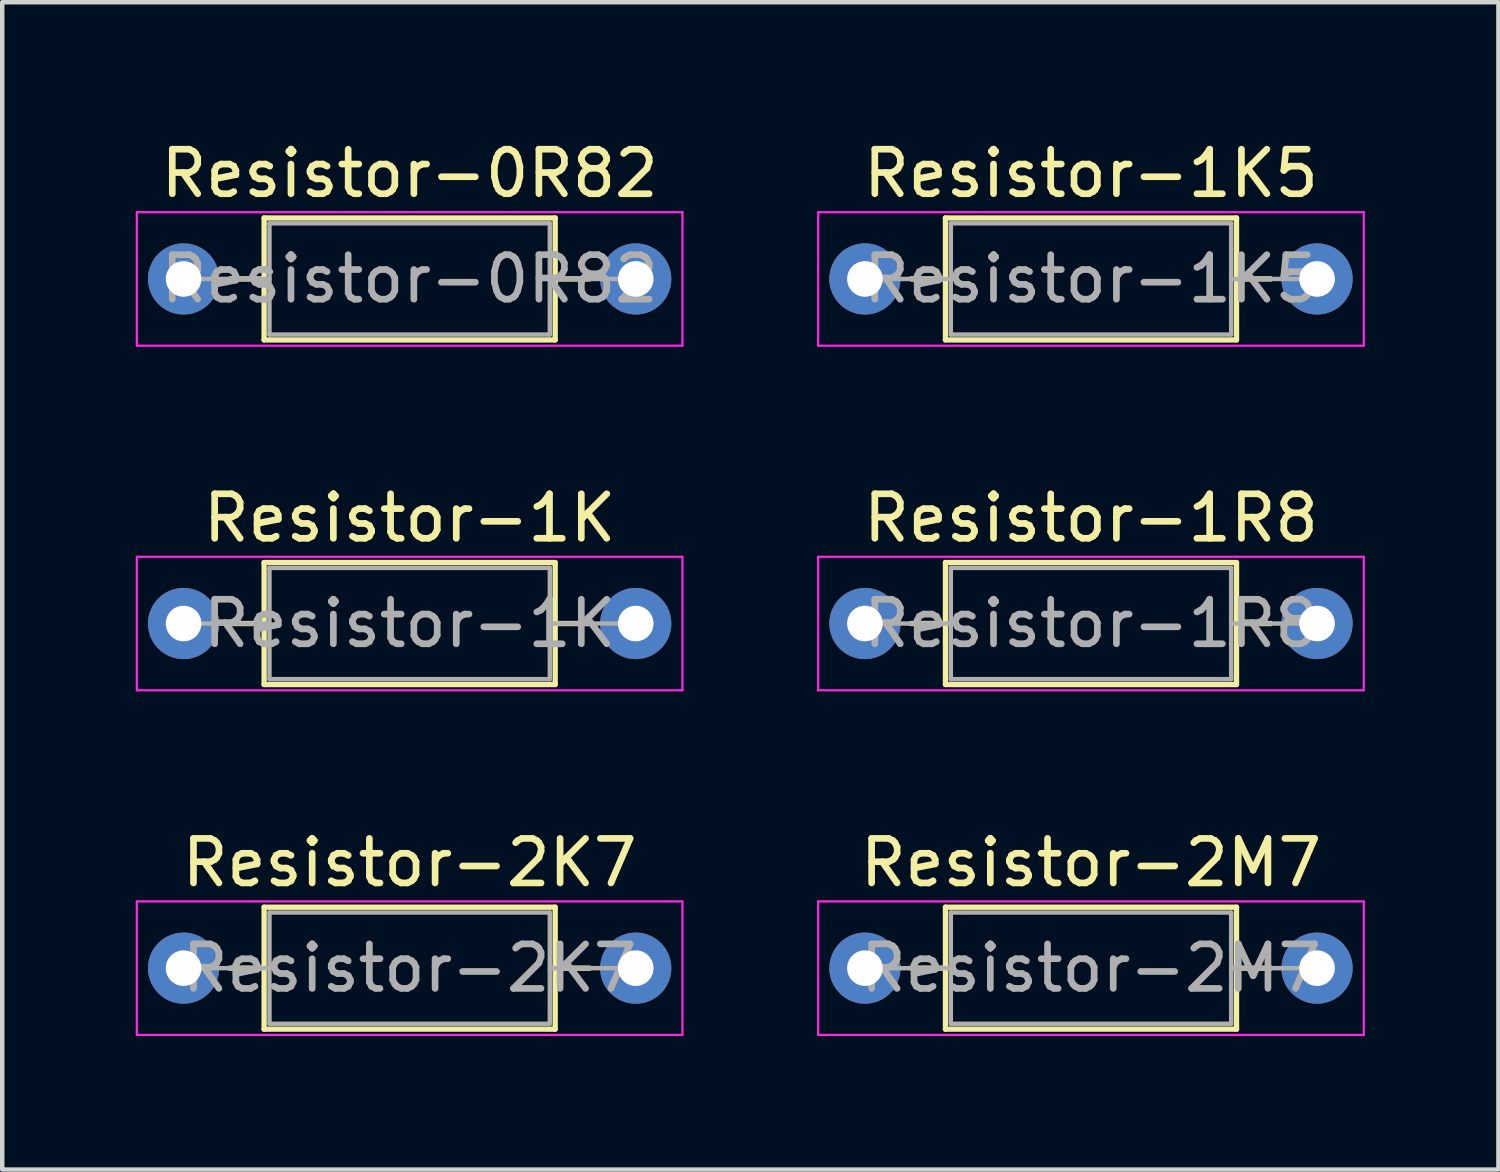
<source format=kicad_pcb>
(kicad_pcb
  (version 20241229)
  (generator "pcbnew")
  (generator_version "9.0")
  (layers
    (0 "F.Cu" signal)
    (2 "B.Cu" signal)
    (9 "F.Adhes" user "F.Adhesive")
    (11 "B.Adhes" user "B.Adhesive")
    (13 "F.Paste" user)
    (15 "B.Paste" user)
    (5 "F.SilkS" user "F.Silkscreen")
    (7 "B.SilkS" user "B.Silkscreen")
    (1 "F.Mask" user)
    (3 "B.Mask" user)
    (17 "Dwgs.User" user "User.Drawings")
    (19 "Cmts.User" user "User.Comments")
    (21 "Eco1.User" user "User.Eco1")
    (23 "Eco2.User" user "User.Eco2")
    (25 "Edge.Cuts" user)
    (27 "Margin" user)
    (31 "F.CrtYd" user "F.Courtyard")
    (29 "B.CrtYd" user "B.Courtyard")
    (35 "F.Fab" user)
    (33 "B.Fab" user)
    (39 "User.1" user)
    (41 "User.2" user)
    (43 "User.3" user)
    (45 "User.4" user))
  (footprint "Resistor-1K"
    (layer "F.Cu")
    (at 6.155 10.961)
    (property "Reference" "Resistor-1K" (at 0 -2.37 0) (layer "F.SilkS") (effects (font (size 1 1) (thickness 0.15))))
    (attr through_hole)
    (fp_line (start -4.04 0) (end -3.27 0) (stroke (width 0.12) (type solid)) (layer "F.SilkS"))
    (fp_line (start -3.27 -1.37) (end -3.27 1.37) (stroke (width 0.12) (type solid)) (layer "F.SilkS"))
    (fp_line (start -3.27 1.37) (end 3.27 1.37) (stroke (width 0.12) (type solid)) (layer "F.SilkS"))
    (fp_line (start 3.27 -1.37) (end -3.27 -1.37) (stroke (width 0.12) (type solid)) (layer "F.SilkS"))
    (fp_line (start 3.27 1.37) (end 3.27 -1.37) (stroke (width 0.12) (type solid)) (layer "F.SilkS"))
    (fp_line (start 4.04 0) (end 3.27 0) (stroke (width 0.12) (type solid)) (layer "F.SilkS"))
    (fp_line (start -6.13 -1.5) (end -6.13 1.5) (stroke (width 0.05) (type solid)) (layer "F.CrtYd"))
    (fp_line (start -6.13 1.5) (end 6.13 1.5) (stroke (width 0.05) (type solid)) (layer "F.CrtYd"))
    (fp_line (start 6.13 -1.5) (end -6.13 -1.5) (stroke (width 0.05) (type solid)) (layer "F.CrtYd"))
    (fp_line (start 6.13 1.5) (end 6.13 -1.5) (stroke (width 0.05) (type solid)) (layer "F.CrtYd"))
    (fp_line (start -5.08 0) (end -3.15 0) (stroke (width 0.1) (type solid)) (layer "F.Fab"))
    (fp_line (start -3.15 -1.25) (end -3.15 1.25) (stroke (width 0.1) (type solid)) (layer "F.Fab"))
    (fp_line (start -3.15 1.25) (end 3.15 1.25) (stroke (width 0.1) (type solid)) (layer "F.Fab"))
    (fp_line (start 3.15 -1.25) (end -3.15 -1.25) (stroke (width 0.1) (type solid)) (layer "F.Fab"))
    (fp_line (start 3.15 1.25) (end 3.15 -1.25) (stroke (width 0.1) (type solid)) (layer "F.Fab"))
    (fp_line (start 5.08 0) (end 3.15 0) (stroke (width 0.1) (type solid)) (layer "F.Fab"))
    (fp_text user "${REFERENCE}" (at 0 0 0) (layer "F.Fab") (effects (font (size 1 1) (thickness 0.15))))
    (pad "1" thru_hole circle (at -5.08 0) (size 1.6 1.6) (drill 0.8) (layers "*.Cu" "*.Mask"))
    (pad "2" thru_hole oval (at 5.08 0) (size 1.6 1.6) (drill 0.8) (layers "*.Cu" "*.Mask")))
  (footprint "Resistor-1R8"
    (layer "F.Cu")
    (at 21.465 10.961)
    (property "Reference" "Resistor-1R8" (at 0 -2.37 0) (layer "F.SilkS") (effects (font (size 1 1) (thickness 0.15))))
    (attr through_hole)
    (fp_line (start -4.04 0) (end -3.27 0) (stroke (width 0.12) (type solid)) (layer "F.SilkS"))
    (fp_line (start -3.27 -1.37) (end -3.27 1.37) (stroke (width 0.12) (type solid)) (layer "F.SilkS"))
    (fp_line (start -3.27 1.37) (end 3.27 1.37) (stroke (width 0.12) (type solid)) (layer "F.SilkS"))
    (fp_line (start 3.27 -1.37) (end -3.27 -1.37) (stroke (width 0.12) (type solid)) (layer "F.SilkS"))
    (fp_line (start 3.27 1.37) (end 3.27 -1.37) (stroke (width 0.12) (type solid)) (layer "F.SilkS"))
    (fp_line (start 4.04 0) (end 3.27 0) (stroke (width 0.12) (type solid)) (layer "F.SilkS"))
    (fp_line (start -6.13 -1.5) (end -6.13 1.5) (stroke (width 0.05) (type solid)) (layer "F.CrtYd"))
    (fp_line (start -6.13 1.5) (end 6.13 1.5) (stroke (width 0.05) (type solid)) (layer "F.CrtYd"))
    (fp_line (start 6.13 -1.5) (end -6.13 -1.5) (stroke (width 0.05) (type solid)) (layer "F.CrtYd"))
    (fp_line (start 6.13 1.5) (end 6.13 -1.5) (stroke (width 0.05) (type solid)) (layer "F.CrtYd"))
    (fp_line (start -5.08 0) (end -3.15 0) (stroke (width 0.1) (type solid)) (layer "F.Fab"))
    (fp_line (start -3.15 -1.25) (end -3.15 1.25) (stroke (width 0.1) (type solid)) (layer "F.Fab"))
    (fp_line (start -3.15 1.25) (end 3.15 1.25) (stroke (width 0.1) (type solid)) (layer "F.Fab"))
    (fp_line (start 3.15 -1.25) (end -3.15 -1.25) (stroke (width 0.1) (type solid)) (layer "F.Fab"))
    (fp_line (start 3.15 1.25) (end 3.15 -1.25) (stroke (width 0.1) (type solid)) (layer "F.Fab"))
    (fp_line (start 5.08 0) (end 3.15 0) (stroke (width 0.1) (type solid)) (layer "F.Fab"))
    (fp_text user "${REFERENCE}" (at 0 0 0) (layer "F.Fab") (effects (font (size 1 1) (thickness 0.15))))
    (pad "1" thru_hole circle (at -5.08 0) (size 1.6 1.6) (drill 0.8) (layers "*.Cu" "*.Mask"))
    (pad "2" thru_hole oval (at 5.08 0) (size 1.6 1.6) (drill 0.8) (layers "*.Cu" "*.Mask")))
  (footprint "Resistor-2K7"
    (layer "F.Cu")
    (at 6.155 18.705)
    (property "Reference" "Resistor-2K7" (at 0 -2.37 0) (layer "F.SilkS") (effects (font (size 1 1) (thickness 0.15))))
    (attr through_hole)
    (fp_line (start -4.04 0) (end -3.27 0) (stroke (width 0.12) (type solid)) (layer "F.SilkS"))
    (fp_line (start -3.27 -1.37) (end -3.27 1.37) (stroke (width 0.12) (type solid)) (layer "F.SilkS"))
    (fp_line (start -3.27 1.37) (end 3.27 1.37) (stroke (width 0.12) (type solid)) (layer "F.SilkS"))
    (fp_line (start 3.27 -1.37) (end -3.27 -1.37) (stroke (width 0.12) (type solid)) (layer "F.SilkS"))
    (fp_line (start 3.27 1.37) (end 3.27 -1.37) (stroke (width 0.12) (type solid)) (layer "F.SilkS"))
    (fp_line (start 4.04 0) (end 3.27 0) (stroke (width 0.12) (type solid)) (layer "F.SilkS"))
    (fp_line (start -6.13 -1.5) (end -6.13 1.5) (stroke (width 0.05) (type solid)) (layer "F.CrtYd"))
    (fp_line (start -6.13 1.5) (end 6.13 1.5) (stroke (width 0.05) (type solid)) (layer "F.CrtYd"))
    (fp_line (start 6.13 -1.5) (end -6.13 -1.5) (stroke (width 0.05) (type solid)) (layer "F.CrtYd"))
    (fp_line (start 6.13 1.5) (end 6.13 -1.5) (stroke (width 0.05) (type solid)) (layer "F.CrtYd"))
    (fp_line (start -5.08 0) (end -3.15 0) (stroke (width 0.1) (type solid)) (layer "F.Fab"))
    (fp_line (start -3.15 -1.25) (end -3.15 1.25) (stroke (width 0.1) (type solid)) (layer "F.Fab"))
    (fp_line (start -3.15 1.25) (end 3.15 1.25) (stroke (width 0.1) (type solid)) (layer "F.Fab"))
    (fp_line (start 3.15 -1.25) (end -3.15 -1.25) (stroke (width 0.1) (type solid)) (layer "F.Fab"))
    (fp_line (start 3.15 1.25) (end 3.15 -1.25) (stroke (width 0.1) (type solid)) (layer "F.Fab"))
    (fp_line (start 5.08 0) (end 3.15 0) (stroke (width 0.1) (type solid)) (layer "F.Fab"))
    (fp_text user "${REFERENCE}" (at 0 0 0) (layer "F.Fab") (effects (font (size 1 1) (thickness 0.15))))
    (pad "1" thru_hole circle (at -5.08 0) (size 1.6 1.6) (drill 0.8) (layers "*.Cu" "*.Mask"))
    (pad "2" thru_hole oval (at 5.08 0) (size 1.6 1.6) (drill 0.8) (layers "*.Cu" "*.Mask")))
  (footprint "Resistor-2M7"
    (layer "F.Cu")
    (at 21.465 18.705)
    (property "Reference" "Resistor-2M7" (at 0 -2.37 0) (layer "F.SilkS") (effects (font (size 1 1) (thickness 0.15))))
    (attr through_hole)
    (fp_line (start -4.04 0) (end -3.27 0) (stroke (width 0.12) (type solid)) (layer "F.SilkS"))
    (fp_line (start -3.27 -1.37) (end -3.27 1.37) (stroke (width 0.12) (type solid)) (layer "F.SilkS"))
    (fp_line (start -3.27 1.37) (end 3.27 1.37) (stroke (width 0.12) (type solid)) (layer "F.SilkS"))
    (fp_line (start 3.27 -1.37) (end -3.27 -1.37) (stroke (width 0.12) (type solid)) (layer "F.SilkS"))
    (fp_line (start 3.27 1.37) (end 3.27 -1.37) (stroke (width 0.12) (type solid)) (layer "F.SilkS"))
    (fp_line (start 4.04 0) (end 3.27 0) (stroke (width 0.12) (type solid)) (layer "F.SilkS"))
    (fp_line (start -6.13 -1.5) (end -6.13 1.5) (stroke (width 0.05) (type solid)) (layer "F.CrtYd"))
    (fp_line (start -6.13 1.5) (end 6.13 1.5) (stroke (width 0.05) (type solid)) (layer "F.CrtYd"))
    (fp_line (start 6.13 -1.5) (end -6.13 -1.5) (stroke (width 0.05) (type solid)) (layer "F.CrtYd"))
    (fp_line (start 6.13 1.5) (end 6.13 -1.5) (stroke (width 0.05) (type solid)) (layer "F.CrtYd"))
    (fp_line (start -5.08 0) (end -3.15 0) (stroke (width 0.1) (type solid)) (layer "F.Fab"))
    (fp_line (start -3.15 -1.25) (end -3.15 1.25) (stroke (width 0.1) (type solid)) (layer "F.Fab"))
    (fp_line (start -3.15 1.25) (end 3.15 1.25) (stroke (width 0.1) (type solid)) (layer "F.Fab"))
    (fp_line (start 3.15 -1.25) (end -3.15 -1.25) (stroke (width 0.1) (type solid)) (layer "F.Fab"))
    (fp_line (start 3.15 1.25) (end 3.15 -1.25) (stroke (width 0.1) (type solid)) (layer "F.Fab"))
    (fp_line (start 5.08 0) (end 3.15 0) (stroke (width 0.1) (type solid)) (layer "F.Fab"))
    (fp_text user "${REFERENCE}" (at 0 0 0) (layer "F.Fab") (effects (font (size 1 1) (thickness 0.15))))
    (pad "1" thru_hole circle (at -5.08 0) (size 1.6 1.6) (drill 0.8) (layers "*.Cu" "*.Mask"))
    (pad "2" thru_hole oval (at 5.08 0) (size 1.6 1.6) (drill 0.8) (layers "*.Cu" "*.Mask")))
  (footprint "Resistor-0R82"
    (layer "F.Cu")
    (at 6.155 3.218)
    (property "Reference" "Resistor-0R82" (at 0 -2.37 0) (layer "F.SilkS") (effects (font (size 1 1) (thickness 0.15))))
    (attr through_hole)
    (fp_line (start -4.04 0) (end -3.27 0) (stroke (width 0.12) (type solid)) (layer "F.SilkS"))
    (fp_line (start -3.27 -1.37) (end -3.27 1.37) (stroke (width 0.12) (type solid)) (layer "F.SilkS"))
    (fp_line (start -3.27 1.37) (end 3.27 1.37) (stroke (width 0.12) (type solid)) (layer "F.SilkS"))
    (fp_line (start 3.27 -1.37) (end -3.27 -1.37) (stroke (width 0.12) (type solid)) (layer "F.SilkS"))
    (fp_line (start 3.27 1.37) (end 3.27 -1.37) (stroke (width 0.12) (type solid)) (layer "F.SilkS"))
    (fp_line (start 4.04 0) (end 3.27 0) (stroke (width 0.12) (type solid)) (layer "F.SilkS"))
    (fp_line (start -6.13 -1.5) (end -6.13 1.5) (stroke (width 0.05) (type solid)) (layer "F.CrtYd"))
    (fp_line (start -6.13 1.5) (end 6.13 1.5) (stroke (width 0.05) (type solid)) (layer "F.CrtYd"))
    (fp_line (start 6.13 -1.5) (end -6.13 -1.5) (stroke (width 0.05) (type solid)) (layer "F.CrtYd"))
    (fp_line (start 6.13 1.5) (end 6.13 -1.5) (stroke (width 0.05) (type solid)) (layer "F.CrtYd"))
    (fp_line (start -5.08 0) (end -3.15 0) (stroke (width 0.1) (type solid)) (layer "F.Fab"))
    (fp_line (start -3.15 -1.25) (end -3.15 1.25) (stroke (width 0.1) (type solid)) (layer "F.Fab"))
    (fp_line (start -3.15 1.25) (end 3.15 1.25) (stroke (width 0.1) (type solid)) (layer "F.Fab"))
    (fp_line (start 3.15 -1.25) (end -3.15 -1.25) (stroke (width 0.1) (type solid)) (layer "F.Fab"))
    (fp_line (start 3.15 1.25) (end 3.15 -1.25) (stroke (width 0.1) (type solid)) (layer "F.Fab"))
    (fp_line (start 5.08 0) (end 3.15 0) (stroke (width 0.1) (type solid)) (layer "F.Fab"))
    (fp_text user "${REFERENCE}" (at 0 0 0) (layer "F.Fab") (effects (font (size 1 1) (thickness 0.15))))
    (pad "1" thru_hole circle (at -5.08 0) (size 1.6 1.6) (drill 0.8) (layers "*.Cu" "*.Mask"))
    (pad "2" thru_hole oval (at 5.08 0) (size 1.6 1.6) (drill 0.8) (layers "*.Cu" "*.Mask")))
  (footprint "Resistor-1K5"
    (layer "F.Cu")
    (at 21.465 3.218)
    (property "Reference" "Resistor-1K5" (at 0 -2.37 0) (layer "F.SilkS") (effects (font (size 1 1) (thickness 0.15))))
    (attr through_hole)
    (fp_line (start -4.04 0) (end -3.27 0) (stroke (width 0.12) (type solid)) (layer "F.SilkS"))
    (fp_line (start -3.27 -1.37) (end -3.27 1.37) (stroke (width 0.12) (type solid)) (layer "F.SilkS"))
    (fp_line (start -3.27 1.37) (end 3.27 1.37) (stroke (width 0.12) (type solid)) (layer "F.SilkS"))
    (fp_line (start 3.27 -1.37) (end -3.27 -1.37) (stroke (width 0.12) (type solid)) (layer "F.SilkS"))
    (fp_line (start 3.27 1.37) (end 3.27 -1.37) (stroke (width 0.12) (type solid)) (layer "F.SilkS"))
    (fp_line (start 4.04 0) (end 3.27 0) (stroke (width 0.12) (type solid)) (layer "F.SilkS"))
    (fp_line (start -6.13 -1.5) (end -6.13 1.5) (stroke (width 0.05) (type solid)) (layer "F.CrtYd"))
    (fp_line (start -6.13 1.5) (end 6.13 1.5) (stroke (width 0.05) (type solid)) (layer "F.CrtYd"))
    (fp_line (start 6.13 -1.5) (end -6.13 -1.5) (stroke (width 0.05) (type solid)) (layer "F.CrtYd"))
    (fp_line (start 6.13 1.5) (end 6.13 -1.5) (stroke (width 0.05) (type solid)) (layer "F.CrtYd"))
    (fp_line (start -5.08 0) (end -3.15 0) (stroke (width 0.1) (type solid)) (layer "F.Fab"))
    (fp_line (start -3.15 -1.25) (end -3.15 1.25) (stroke (width 0.1) (type solid)) (layer "F.Fab"))
    (fp_line (start -3.15 1.25) (end 3.15 1.25) (stroke (width 0.1) (type solid)) (layer "F.Fab"))
    (fp_line (start 3.15 -1.25) (end -3.15 -1.25) (stroke (width 0.1) (type solid)) (layer "F.Fab"))
    (fp_line (start 3.15 1.25) (end 3.15 -1.25) (stroke (width 0.1) (type solid)) (layer "F.Fab"))
    (fp_line (start 5.08 0) (end 3.15 0) (stroke (width 0.1) (type solid)) (layer "F.Fab"))
    (fp_text user "${REFERENCE}" (at 0 0 0) (layer "F.Fab") (effects (font (size 1 1) (thickness 0.15))))
    (pad "1" thru_hole circle (at -5.08 0) (size 1.6 1.6) (drill 0.8) (layers "*.Cu" "*.Mask"))
    (pad "2" thru_hole oval (at 5.08 0) (size 1.6 1.6) (drill 0.8) (layers "*.Cu" "*.Mask")))
  (gr_rect
    (start -3 -3)
    (end 30.62 23.23)
    (stroke (width 0.1) (type default))
    (fill no)
    (layer "Edge.Cuts")))
</source>
